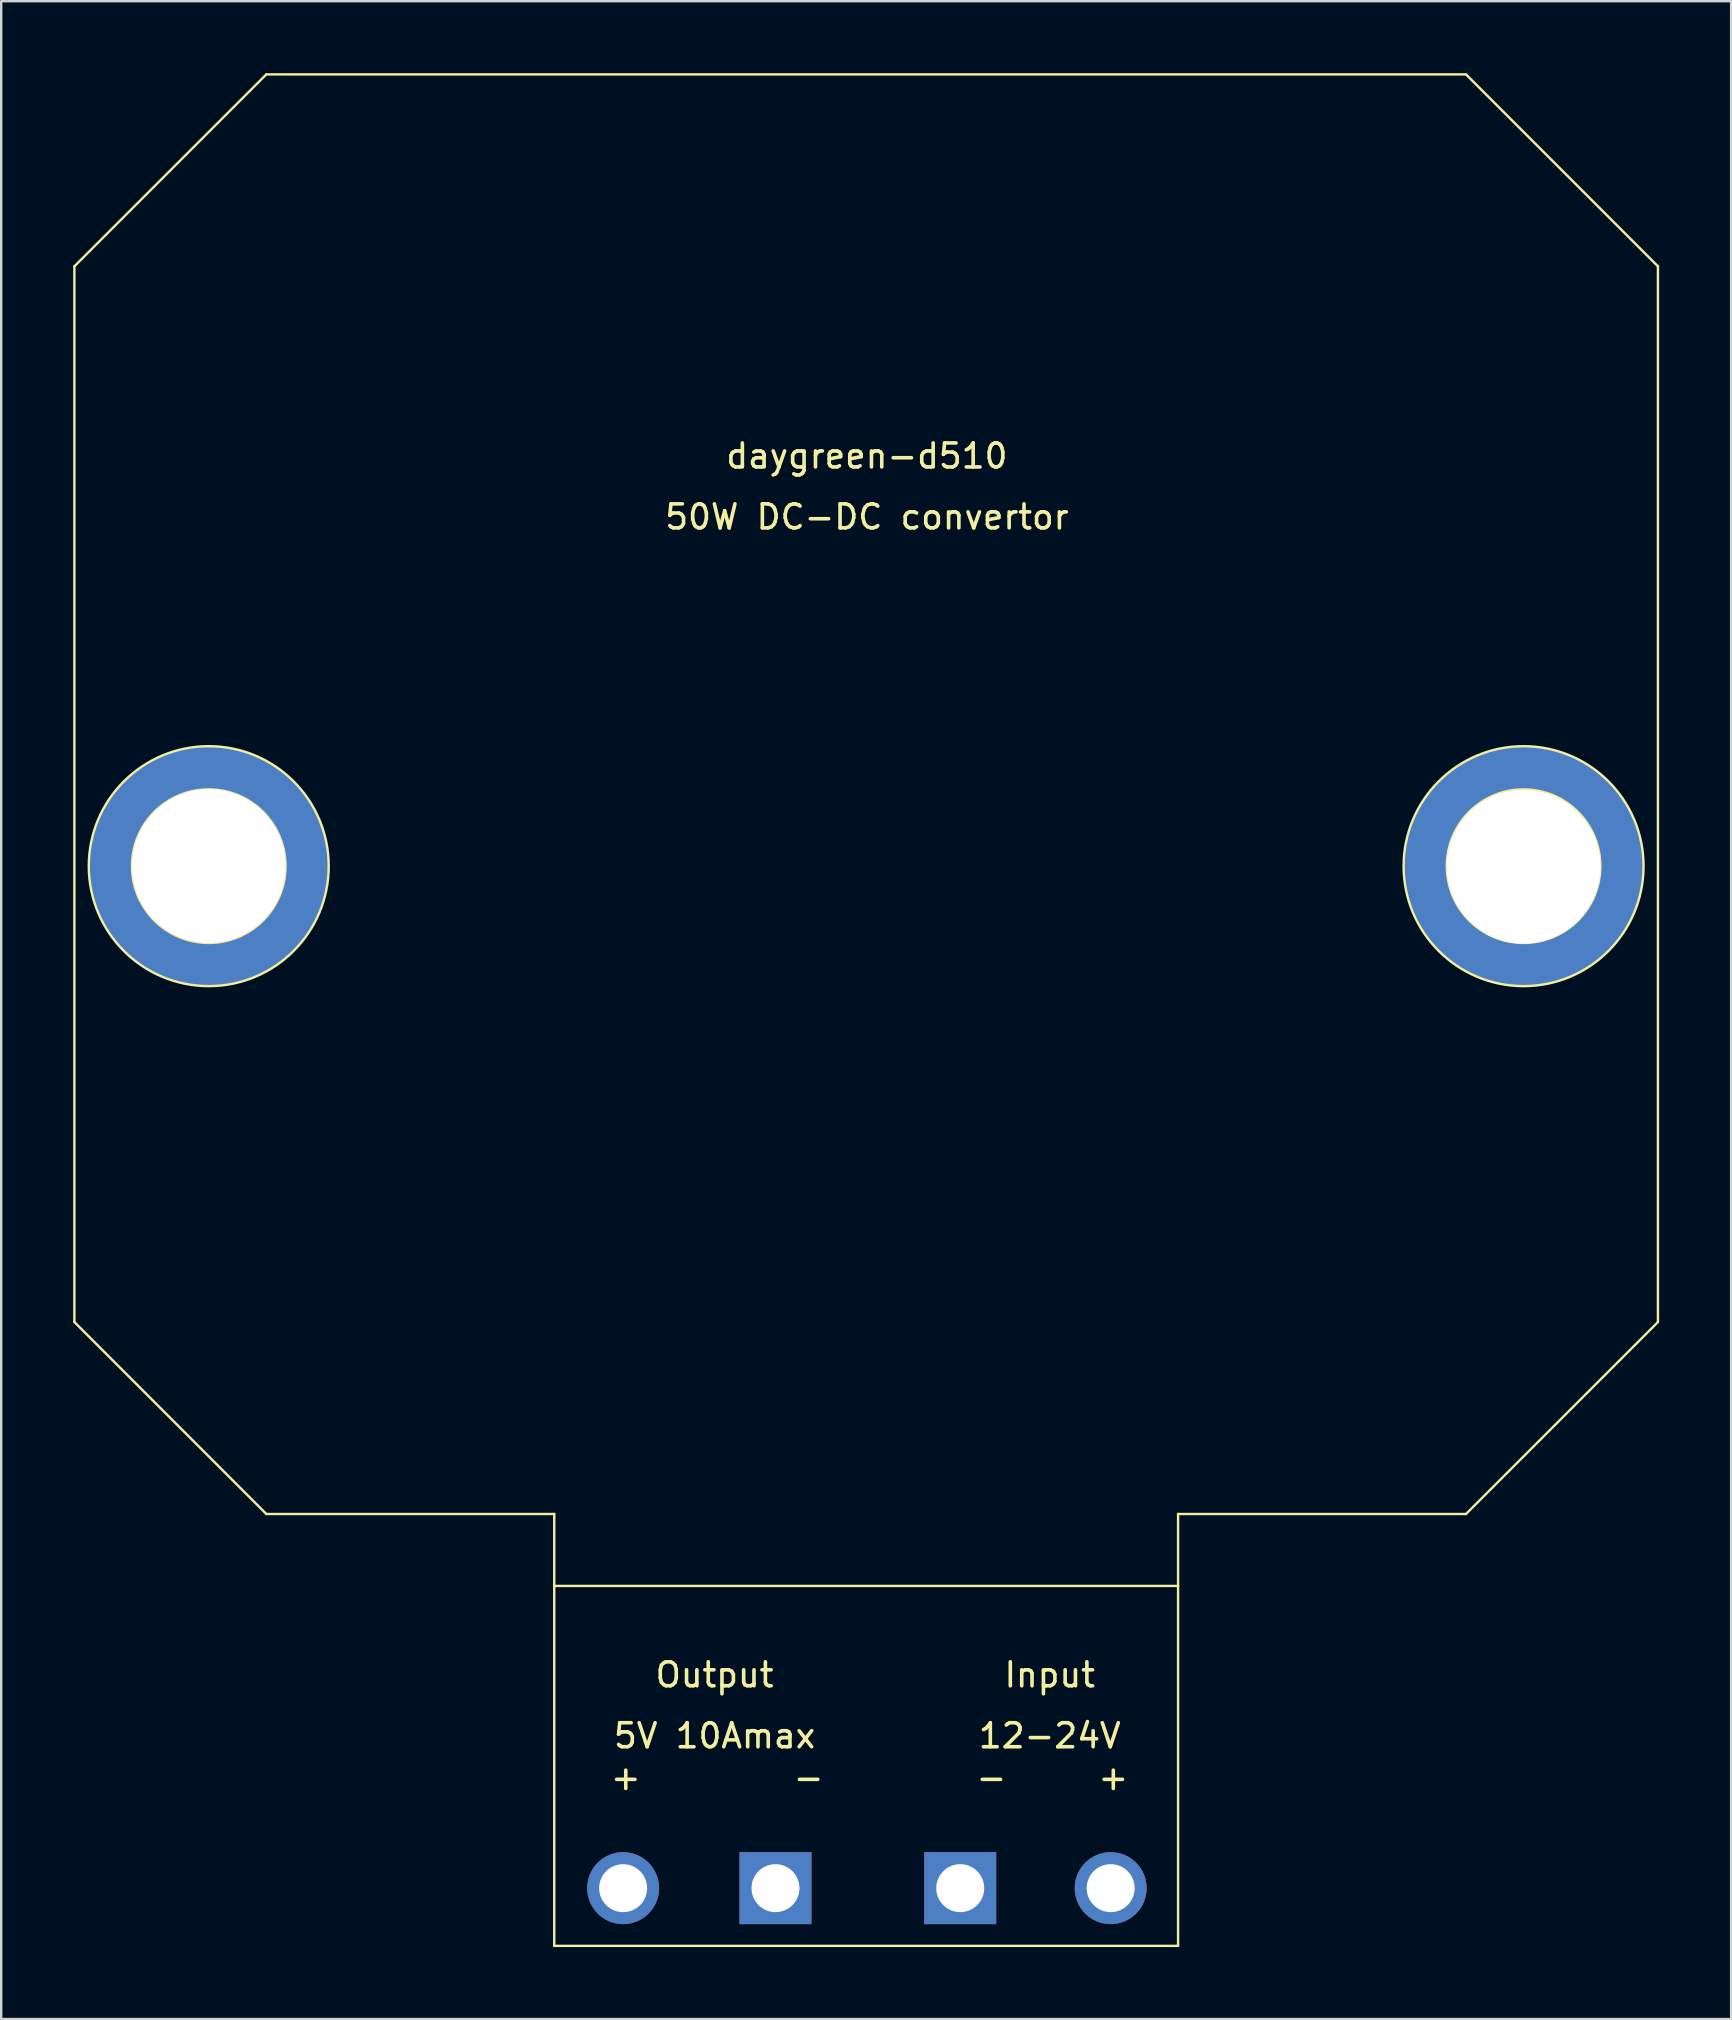
<source format=kicad_pcb>
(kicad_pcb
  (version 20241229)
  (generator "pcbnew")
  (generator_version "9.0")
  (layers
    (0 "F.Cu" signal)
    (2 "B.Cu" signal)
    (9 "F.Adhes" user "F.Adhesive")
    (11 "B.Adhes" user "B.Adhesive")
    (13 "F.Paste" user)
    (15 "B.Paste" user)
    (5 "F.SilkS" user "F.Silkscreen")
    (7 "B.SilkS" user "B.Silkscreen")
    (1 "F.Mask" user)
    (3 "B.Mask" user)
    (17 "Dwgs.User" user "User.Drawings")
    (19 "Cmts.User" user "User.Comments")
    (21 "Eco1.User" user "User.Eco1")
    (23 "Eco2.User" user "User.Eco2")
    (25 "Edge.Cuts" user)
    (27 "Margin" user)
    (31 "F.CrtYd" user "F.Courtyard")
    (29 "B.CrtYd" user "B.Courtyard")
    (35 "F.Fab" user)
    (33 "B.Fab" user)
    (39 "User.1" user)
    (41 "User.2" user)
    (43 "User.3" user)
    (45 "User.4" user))
  (footprint "daygreen-d510"
    (layer "F.Cu")
    (at 33.081 32.465)
    (property "Reference" "daygreen-d510" (at 0 -16.51 0) (layer "F.SilkS") (effects (font (size 1 1) (thickness 0.15))))
    (attr through_hole)
    (fp_line (start -33.031 -24.415) (end -25.031 -32.415) (stroke (width 0.1) (type solid)) (layer "F.SilkS"))
    (fp_line (start -33.031 19.585) (end -33.031 -24.415) (stroke (width 0.1) (type solid)) (layer "F.SilkS"))
    (fp_line (start -25.031 -32.415) (end 24.969 -32.415) (stroke (width 0.1) (type solid)) (layer "F.SilkS"))
    (fp_line (start -25.031 27.585) (end -33.031 19.585) (stroke (width 0.1) (type solid)) (layer "F.SilkS"))
    (fp_line (start -13.031 27.585) (end -25.031 27.585) (stroke (width 0.1) (type solid)) (layer "F.SilkS"))
    (fp_line (start -13.031 30.585) (end -13.031 27.585) (stroke (width 0.1) (type solid)) (layer "F.SilkS"))
    (fp_line (start -13.031 30.585) (end 12.969 30.585) (stroke (width 0.1) (type solid)) (layer "F.SilkS"))
    (fp_line (start -13.031 45.585) (end -13.031 30.585) (stroke (width 0.1) (type solid)) (layer "F.SilkS"))
    (fp_line (start 12.969 27.585) (end 12.969 30.585) (stroke (width 0.1) (type solid)) (layer "F.SilkS"))
    (fp_line (start 12.969 30.585) (end 12.969 45.585) (stroke (width 0.1) (type solid)) (layer "F.SilkS"))
    (fp_line (start 12.969 45.585) (end -13.031 45.585) (stroke (width 0.1) (type solid)) (layer "F.SilkS"))
    (fp_line (start 24.969 -32.415) (end 32.969 -24.415) (stroke (width 0.1) (type solid)) (layer "F.SilkS"))
    (fp_line (start 24.969 27.585) (end 12.969 27.585) (stroke (width 0.1) (type solid)) (layer "F.SilkS"))
    (fp_line (start 24.969 27.585) (end 32.969 19.585) (stroke (width 0.1) (type solid)) (layer "F.SilkS"))
    (fp_line (start 32.969 -24.415) (end 32.969 19.585) (stroke (width 0.1) (type solid)) (layer "F.SilkS"))
    (fp_circle (center -27.431 0.585) (end -24.231 0.585) (stroke (width 0.1) (type solid)) (fill no) (layer "F.SilkS"))
    (fp_circle (center -27.431 0.585) (end -22.431 0.585) (stroke (width 0.1) (type solid)) (fill no) (layer "F.SilkS"))
    (fp_circle (center 27.369 0.585) (end 30.569 0.585) (stroke (width 0.1) (type solid)) (fill no) (layer "F.SilkS"))
    (fp_circle (center 27.369 0.585) (end 32.369 0.585) (stroke (width 0.1) (type solid)) (fill no) (layer "F.SilkS"))
    (fp_text user "Input" (at 7.62 34.29 0) (layer "F.SilkS") (effects (font (size 1 1) (thickness 0.15))))
    (fp_text user "50W DC-DC convertor" (at 0 -13.97 0) (layer "F.SilkS") (effects (font (size 1 1) (thickness 0.15))))
    (fp_text user "-" (at -2.43 38.57 0) (layer "F.SilkS") (effects (font (size 1 1) (thickness 0.15))))
    (fp_text user "5V 10Amax" (at -6.35 36.83 0) (layer "F.SilkS") (effects (font (size 1 1) (thickness 0.15))))
    (fp_text user "+" (at 10.27 38.57 0) (layer "F.SilkS") (effects (font (size 1 1) (thickness 0.15))))
    (fp_text user "-" (at 5.19 38.57 0) (layer "F.SilkS") (effects (font (size 1 1) (thickness 0.15))))
    (fp_text user "Output" (at -6.35 34.29 0) (layer "F.SilkS") (effects (font (size 1 1) (thickness 0.15))))
    (fp_text user "12-24V" (at 7.62 36.83 0) (layer "F.SilkS") (effects (font (size 1 1) (thickness 0.15))))
    (fp_text user "+" (at -10.05 38.57 0) (layer "F.SilkS") (effects (font (size 1 1) (thickness 0.15))))
    (pad "" np_thru_hole circle (at -27.43 0.58) (size 10 10) (drill 6.4) (layers "*.Cu" "*.Mask"))
    (pad "" np_thru_hole circle (at 27.37 0.61) (size 10 10) (drill 6.4) (layers "*.Cu" "*.Mask"))
    (pad "1" thru_hole circle (at -10.16 43.18) (size 3 3) (drill 2) (layers "*.Cu" "*.Mask"))
    (pad "2" thru_hole rect (at -3.81 43.18) (size 3 3) (drill 2) (layers "*.Cu" "*.Mask"))
    (pad "3" thru_hole rect (at 3.89 43.18) (size 3 3) (drill 2) (layers "*.Cu" "*.Mask"))
    (pad "4" thru_hole circle (at 10.16 43.18) (size 3 3) (drill 2) (layers "*.Cu" "*.Mask")))
  (gr_rect
    (start -3 -3)
    (end 69.1 81.1)
    (stroke (width 0.1) (type default))
    (fill no)
    (layer "Edge.Cuts")))
</source>
